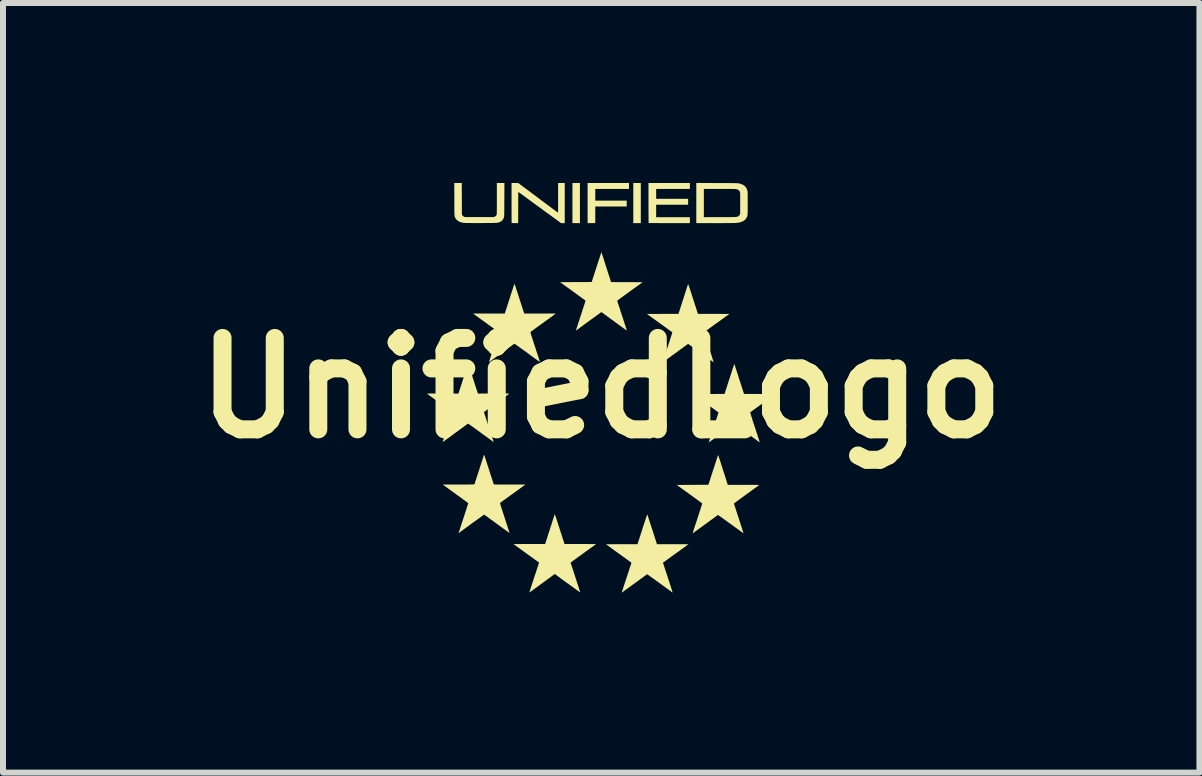
<source format=kicad_pcb>
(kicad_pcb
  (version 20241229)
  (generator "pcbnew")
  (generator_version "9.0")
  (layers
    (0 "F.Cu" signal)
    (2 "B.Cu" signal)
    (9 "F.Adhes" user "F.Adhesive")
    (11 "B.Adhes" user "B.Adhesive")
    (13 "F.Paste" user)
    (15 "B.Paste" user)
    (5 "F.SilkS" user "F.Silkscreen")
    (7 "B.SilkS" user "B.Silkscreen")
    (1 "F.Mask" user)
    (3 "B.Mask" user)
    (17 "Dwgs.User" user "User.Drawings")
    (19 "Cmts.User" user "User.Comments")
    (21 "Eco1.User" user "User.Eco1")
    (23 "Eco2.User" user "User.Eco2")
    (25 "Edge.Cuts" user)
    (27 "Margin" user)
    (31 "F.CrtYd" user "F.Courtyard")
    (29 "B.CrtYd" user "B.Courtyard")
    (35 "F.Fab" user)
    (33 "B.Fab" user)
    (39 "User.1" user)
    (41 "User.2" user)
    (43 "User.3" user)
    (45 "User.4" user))
  (footprint "UnifiedLogo"
    (layer "F.Cu")
    (at 6.974 3.419)
    (property "Reference" "UnifiedLogo" (at 0 0 0) (layer "F.SilkS") (effects (font (size 1.524 1.524) (thickness 0.3))))
    (attr board_only exclude_from_pos_files exclude_from_bom)
    (fp_poly (pts (xy -0.355 -2.749) (xy -0.48 -2.749) (xy -0.48 -3.418) (xy -0.355 -3.418)) (stroke (width 0) (type solid)) (fill yes) (layer "F.SilkS"))
    (fp_poly (pts (xy 0.66 -2.749) (xy 0.535 -2.749) (xy 0.535 -3.418) (xy 0.66 -3.418)) (stroke (width 0) (type solid)) (fill yes) (layer "F.SilkS"))
    (fp_poly (pts (xy 0.463 -3.319) (xy -0.099 -3.319) (xy -0.099 -3.124) (xy 0.425 -3.124) (xy 0.425 -3.026) (xy -0.099 -3.026) (xy -0.099 -2.749) (xy -0.227 -2.749) (xy -0.227 -3.418) (xy 0.463 -3.418)) (stroke (width 0) (type solid)) (fill yes) (layer "F.SilkS"))
    (fp_poly (pts (xy 1.478 -3.319) (xy 0.916 -3.319) (xy 0.916 -3.154) (xy 1.449 -3.154) (xy 1.449 -3.055) (xy 0.916 -3.055) (xy 0.916 -2.848) (xy 1.478 -2.848) (xy 1.478 -2.749) (xy 1.135 -2.749) (xy 1.091 -2.749) (xy 1.048 -2.749) (xy 1.008 -2.749) (xy 0.97 -2.749) (xy 0.934 -2.75) (xy 0.902 -2.75) (xy 0.873 -2.75) (xy 0.847 -2.75) (xy 0.826 -2.75) (xy 0.81 -2.75) (xy 0.798 -2.751) (xy 0.792 -2.751) (xy 0.79 -2.751) (xy 0.79 -2.754) (xy 0.79 -2.763) (xy 0.79 -2.776) (xy 0.789 -2.795) (xy 0.789 -2.817) (xy 0.789 -2.844) (xy 0.789 -2.874) (xy 0.789 -2.908) (xy 0.789 -2.944) (xy 0.788 -2.983) (xy 0.788 -3.025) (xy 0.788 -3.067) (xy 0.788 -3.086) (xy 0.788 -3.418) (xy 1.478 -3.418)) (stroke (width 0) (type solid)) (fill yes) (layer "F.SilkS"))
    (fp_poly (pts (xy -1.127 -3.226) (xy -1.076 -3.188) (xy -1.029 -3.153) (xy -0.987 -3.121) (xy -0.949 -3.093) (xy -0.914 -3.067) (xy -0.883 -3.044) (xy -0.856 -3.024) (xy -0.832 -3.006) (xy -0.811 -2.99) (xy -0.793 -2.977) (xy -0.777 -2.965) (xy -0.764 -2.956) (xy -0.753 -2.947) (xy -0.744 -2.941) (xy -0.737 -2.935) (xy -0.731 -2.931) (xy -0.727 -2.928) (xy -0.724 -2.926) (xy -0.722 -2.925) (xy -0.721 -2.924) (xy -0.72 -2.924) (xy -0.72 -2.924) (xy -0.72 -2.927) (xy -0.72 -2.935) (xy -0.719 -2.948) (xy -0.719 -2.966) (xy -0.719 -2.988) (xy -0.719 -3.013) (xy -0.719 -3.042) (xy -0.719 -3.074) (xy -0.719 -3.108) (xy -0.719 -3.144) (xy -0.719 -3.171) (xy -0.719 -3.418) (xy -0.608 -3.418) (xy -0.608 -2.749) (xy -0.67 -2.749) (xy -0.884 -2.906) (xy -0.92 -2.931) (xy -0.957 -2.959) (xy -0.995 -2.987) (xy -1.034 -3.015) (xy -1.073 -3.043) (xy -1.11 -3.07) (xy -1.146 -3.096) (xy -1.179 -3.121) (xy -1.209 -3.143) (xy -1.235 -3.162) (xy -1.241 -3.166) (xy -1.383 -3.27) (xy -1.385 -2.749) (xy -1.438 -2.749) (xy -1.455 -2.749) (xy -1.47 -2.75) (xy -1.482 -2.75) (xy -1.49 -2.751) (xy -1.493 -2.751) (xy -1.494 -2.754) (xy -1.494 -2.763) (xy -1.494 -2.776) (xy -1.494 -2.795) (xy -1.495 -2.817) (xy -1.495 -2.844) (xy -1.495 -2.874) (xy -1.495 -2.908) (xy -1.495 -2.944) (xy -1.495 -2.983) (xy -1.495 -3.025) (xy -1.495 -3.067) (xy -1.495 -3.086) (xy -1.495 -3.418) (xy -1.385 -3.418)) (stroke (width 0) (type solid)) (fill yes) (layer "F.SilkS"))
    (fp_poly (pts (xy -2.324 -3.156) (xy -2.323 -2.893) (xy -2.316 -2.88) (xy -2.309 -2.871) (xy -2.301 -2.864) (xy -2.291 -2.858) (xy -2.274 -2.85) (xy -1.791 -2.85) (xy -1.774 -2.858) (xy -1.76 -2.866) (xy -1.75 -2.876) (xy -1.744 -2.889) (xy -1.743 -2.895) (xy -1.742 -2.9) (xy -1.742 -2.911) (xy -1.741 -2.928) (xy -1.741 -2.95) (xy -1.741 -2.977) (xy -1.74 -3.009) (xy -1.74 -3.045) (xy -1.74 -3.086) (xy -1.74 -3.132) (xy -1.74 -3.163) (xy -1.74 -3.418) (xy -1.614 -3.418) (xy -1.615 -3.141) (xy -1.616 -3.095) (xy -1.616 -3.053) (xy -1.616 -3.017) (xy -1.616 -2.986) (xy -1.616 -2.959) (xy -1.616 -2.936) (xy -1.617 -2.917) (xy -1.617 -2.9) (xy -1.617 -2.887) (xy -1.618 -2.877) (xy -1.618 -2.868) (xy -1.619 -2.861) (xy -1.619 -2.856) (xy -1.62 -2.852) (xy -1.621 -2.848) (xy -1.622 -2.847) (xy -1.631 -2.822) (xy -1.645 -2.801) (xy -1.662 -2.784) (xy -1.683 -2.771) (xy -1.685 -2.77) (xy -1.692 -2.767) (xy -1.698 -2.764) (xy -1.703 -2.762) (xy -1.709 -2.759) (xy -1.716 -2.758) (xy -1.723 -2.756) (xy -1.732 -2.755) (xy -1.743 -2.754) (xy -1.755 -2.753) (xy -1.771 -2.752) (xy -1.789 -2.752) (xy -1.81 -2.751) (xy -1.835 -2.751) (xy -1.864 -2.751) (xy -1.898 -2.751) (xy -1.937 -2.751) (xy -1.98 -2.75) (xy -2.006 -2.75) (xy -2.045 -2.75) (xy -2.083 -2.75) (xy -2.119 -2.75) (xy -2.153 -2.75) (xy -2.184 -2.751) (xy -2.212 -2.751) (xy -2.236 -2.751) (xy -2.257 -2.751) (xy -2.273 -2.752) (xy -2.284 -2.752) (xy -2.289 -2.752) (xy -2.316 -2.757) (xy -2.339 -2.763) (xy -2.361 -2.771) (xy -2.371 -2.776) (xy -2.394 -2.79) (xy -2.413 -2.806) (xy -2.428 -2.826) (xy -2.432 -2.834) (xy -2.435 -2.839) (xy -2.437 -2.845) (xy -2.44 -2.85) (xy -2.442 -2.855) (xy -2.443 -2.862) (xy -2.445 -2.869) (xy -2.446 -2.879) (xy -2.447 -2.89) (xy -2.448 -2.903) (xy -2.448 -2.919) (xy -2.449 -2.938) (xy -2.449 -2.96) (xy -2.449 -2.986) (xy -2.449 -3.016) (xy -2.449 -3.051) (xy -2.449 -3.091) (xy -2.449 -3.136) (xy -2.449 -3.154) (xy -2.45 -3.418) (xy -2.325 -3.418)) (stroke (width 0) (type solid)) (fill yes) (layer "F.SilkS"))
    (fp_poly (pts (xy -0.773 2.106) (xy -0.77 2.114) (xy -0.766 2.127) (xy -0.76 2.144) (xy -0.753 2.164) (xy -0.745 2.189) (xy -0.736 2.217) (xy -0.726 2.247) (xy -0.716 2.28) (xy -0.704 2.315) (xy -0.692 2.352) (xy -0.692 2.352) (xy -0.612 2.601) (xy -0.349 2.601) (xy -0.085 2.602) (xy -0.298 2.756) (xy -0.335 2.783) (xy -0.367 2.806) (xy -0.395 2.826) (xy -0.419 2.844) (xy -0.439 2.859) (xy -0.457 2.872) (xy -0.471 2.882) (xy -0.482 2.891) (xy -0.491 2.898) (xy -0.498 2.903) (xy -0.503 2.908) (xy -0.506 2.911) (xy -0.508 2.913) (xy -0.509 2.915) (xy -0.509 2.917) (xy -0.509 2.918) (xy -0.488 2.981) (xy -0.468 3.041) (xy -0.45 3.097) (xy -0.433 3.149) (xy -0.418 3.196) (xy -0.404 3.239) (xy -0.392 3.277) (xy -0.381 3.311) (xy -0.371 3.34) (xy -0.364 3.364) (xy -0.358 3.383) (xy -0.353 3.397) (xy -0.351 3.405) (xy -0.35 3.408) (xy -0.35 3.408) (xy -0.352 3.407) (xy -0.359 3.402) (xy -0.37 3.395) (xy -0.385 3.384) (xy -0.403 3.371) (xy -0.424 3.356) (xy -0.447 3.339) (xy -0.473 3.32) (xy -0.501 3.3) (xy -0.531 3.279) (xy -0.562 3.256) (xy -0.563 3.256) (xy -0.774 3.101) (xy -0.979 3.251) (xy -1.016 3.278) (xy -1.049 3.302) (xy -1.077 3.323) (xy -1.102 3.341) (xy -1.123 3.356) (xy -1.141 3.369) (xy -1.155 3.38) (xy -1.167 3.388) (xy -1.177 3.395) (xy -1.184 3.4) (xy -1.19 3.404) (xy -1.194 3.406) (xy -1.196 3.408) (xy -1.198 3.409) (xy -1.198 3.409) (xy -1.199 3.408) (xy -1.199 3.408) (xy -1.198 3.405) (xy -1.195 3.397) (xy -1.191 3.384) (xy -1.185 3.367) (xy -1.179 3.346) (xy -1.171 3.321) (xy -1.162 3.294) (xy -1.152 3.264) (xy -1.141 3.231) (xy -1.13 3.197) (xy -1.125 3.18) (xy -1.113 3.145) (xy -1.102 3.11) (xy -1.091 3.078) (xy -1.081 3.047) (xy -1.072 3.019) (xy -1.064 2.994) (xy -1.057 2.973) (xy -1.051 2.955) (xy -1.047 2.942) (xy -1.044 2.934) (xy -1.044 2.932) (xy -1.037 2.91) (xy -1.25 2.756) (xy -1.463 2.602) (xy -1.199 2.601) (xy -0.935 2.601) (xy -0.855 2.352) (xy -0.844 2.315) (xy -0.832 2.28) (xy -0.822 2.247) (xy -0.812 2.217) (xy -0.803 2.189) (xy -0.795 2.165) (xy -0.788 2.144) (xy -0.782 2.127) (xy -0.778 2.114) (xy -0.775 2.106) (xy -0.774 2.103) (xy -0.774 2.103)) (stroke (width 0) (type solid)) (fill yes) (layer "F.SilkS"))
    (fp_poly (pts (xy 1.927 -3.417) (xy 1.979 -3.417) (xy 2.026 -3.417) (xy 2.067 -3.417) (xy 2.104 -3.417) (xy 2.137 -3.417) (xy 2.165 -3.416) (xy 2.189 -3.416) (xy 2.21 -3.416) (xy 2.228 -3.416) (xy 2.242 -3.415) (xy 2.255 -3.415) (xy 2.265 -3.414) (xy 2.273 -3.414) (xy 2.279 -3.413) (xy 2.285 -3.413) (xy 2.289 -3.412) (xy 2.292 -3.412) (xy 2.323 -3.404) (xy 2.35 -3.394) (xy 2.373 -3.382) (xy 2.392 -3.368) (xy 2.399 -3.361) (xy 2.412 -3.347) (xy 2.422 -3.33) (xy 2.43 -3.31) (xy 2.436 -3.294) (xy 2.437 -3.289) (xy 2.438 -3.285) (xy 2.439 -3.28) (xy 2.44 -3.275) (xy 2.441 -3.268) (xy 2.441 -3.26) (xy 2.441 -3.249) (xy 2.442 -3.236) (xy 2.442 -3.22) (xy 2.442 -3.2) (xy 2.442 -3.177) (xy 2.442 -3.148) (xy 2.442 -3.115) (xy 2.442 -3.082) (xy 2.442 -3.043) (xy 2.442 -3.009) (xy 2.442 -2.98) (xy 2.442 -2.955) (xy 2.442 -2.934) (xy 2.441 -2.917) (xy 2.44 -2.903) (xy 2.44 -2.891) (xy 2.438 -2.881) (xy 2.437 -2.873) (xy 2.435 -2.865) (xy 2.433 -2.859) (xy 2.43 -2.852) (xy 2.427 -2.846) (xy 2.425 -2.841) (xy 2.412 -2.82) (xy 2.394 -2.801) (xy 2.371 -2.785) (xy 2.344 -2.772) (xy 2.312 -2.762) (xy 2.276 -2.755) (xy 2.254 -2.752) (xy 2.245 -2.752) (xy 2.231 -2.751) (xy 2.211 -2.751) (xy 2.185 -2.75) (xy 2.155 -2.75) (xy 2.119 -2.75) (xy 2.078 -2.75) (xy 2.033 -2.749) (xy 1.983 -2.749) (xy 1.929 -2.749) (xy 1.903 -2.749) (xy 1.585 -2.749) (xy 1.585 -3.319) (xy 1.711 -3.319) (xy 1.711 -2.848) (xy 1.979 -2.849) (xy 2.025 -2.849) (xy 2.065 -2.849) (xy 2.1 -2.849) (xy 2.13 -2.849) (xy 2.156 -2.849) (xy 2.178 -2.85) (xy 2.197 -2.85) (xy 2.212 -2.85) (xy 2.225 -2.851) (xy 2.235 -2.851) (xy 2.243 -2.851) (xy 2.249 -2.852) (xy 2.254 -2.853) (xy 2.258 -2.853) (xy 2.261 -2.854) (xy 2.264 -2.855) (xy 2.265 -2.856) (xy 2.282 -2.862) (xy 2.294 -2.87) (xy 2.303 -2.88) (xy 2.31 -2.891) (xy 2.317 -2.908) (xy 2.317 -3.081) (xy 2.317 -3.117) (xy 2.317 -3.148) (xy 2.317 -3.174) (xy 2.317 -3.196) (xy 2.317 -3.214) (xy 2.316 -3.228) (xy 2.316 -3.24) (xy 2.315 -3.249) (xy 2.315 -3.255) (xy 2.314 -3.261) (xy 2.313 -3.265) (xy 2.312 -3.268) (xy 2.312 -3.269) (xy 2.304 -3.285) (xy 2.291 -3.299) (xy 2.275 -3.308) (xy 2.254 -3.315) (xy 2.246 -3.316) (xy 2.239 -3.317) (xy 2.227 -3.317) (xy 2.209 -3.318) (xy 2.185 -3.318) (xy 2.156 -3.319) (xy 2.122 -3.319) (xy 2.083 -3.319) (xy 2.039 -3.319) (xy 1.99 -3.319) (xy 1.969 -3.319) (xy 1.711 -3.319) (xy 1.585 -3.319) (xy 1.585 -3.419)) (stroke (width 0) (type solid)) (fill yes) (layer "F.SilkS"))
    (fp_poly (pts (xy 0.004 -2.261) (xy 0.007 -2.253) (xy 0.011 -2.24) (xy 0.017 -2.223) (xy 0.023 -2.202) (xy 0.032 -2.178) (xy 0.041 -2.15) (xy 0.051 -2.119) (xy 0.061 -2.086) (xy 0.072 -2.051) (xy 0.084 -2.015) (xy 0.084 -2.015) (xy 0.164 -1.766) (xy 0.427 -1.765) (xy 0.691 -1.764) (xy 0.478 -1.611) (xy 0.447 -1.588) (xy 0.417 -1.566) (xy 0.389 -1.546) (xy 0.363 -1.527) (xy 0.339 -1.509) (xy 0.318 -1.494) (xy 0.3 -1.48) (xy 0.286 -1.469) (xy 0.275 -1.461) (xy 0.269 -1.456) (xy 0.266 -1.454) (xy 0.266 -1.453) (xy 0.276 -1.423) (xy 0.287 -1.391) (xy 0.298 -1.357) (xy 0.31 -1.322) (xy 0.321 -1.286) (xy 0.333 -1.251) (xy 0.344 -1.215) (xy 0.356 -1.18) (xy 0.367 -1.146) (xy 0.377 -1.114) (xy 0.387 -1.083) (xy 0.396 -1.055) (xy 0.405 -1.029) (xy 0.412 -1.007) (xy 0.418 -0.989) (xy 0.422 -0.974) (xy 0.425 -0.964) (xy 0.427 -0.959) (xy 0.427 -0.958) (xy 0.424 -0.96) (xy 0.418 -0.965) (xy 0.407 -0.972) (xy 0.392 -0.983) (xy 0.374 -0.995) (xy 0.353 -1.01) (xy 0.33 -1.028) (xy 0.304 -1.046) (xy 0.276 -1.067) (xy 0.246 -1.088) (xy 0.215 -1.111) (xy 0.214 -1.112) (xy 0.003 -1.266) (xy -0.011 -1.256) (xy -0.015 -1.253) (xy -0.024 -1.246) (xy -0.037 -1.237) (xy -0.053 -1.225) (xy -0.073 -1.211) (xy -0.095 -1.195) (xy -0.119 -1.177) (xy -0.146 -1.158) (xy -0.174 -1.137) (xy -0.204 -1.116) (xy -0.214 -1.108) (xy -0.25 -1.082) (xy -0.282 -1.059) (xy -0.309 -1.039) (xy -0.333 -1.021) (xy -0.353 -1.007) (xy -0.37 -0.994) (xy -0.384 -0.984) (xy -0.395 -0.976) (xy -0.404 -0.97) (xy -0.41 -0.965) (xy -0.415 -0.962) (xy -0.419 -0.96) (xy -0.421 -0.958) (xy -0.422 -0.958) (xy -0.422 -0.958) (xy -0.422 -0.959) (xy -0.422 -0.959) (xy -0.422 -0.959) (xy -0.421 -0.963) (xy -0.418 -0.971) (xy -0.414 -0.984) (xy -0.409 -1.001) (xy -0.402 -1.022) (xy -0.394 -1.047) (xy -0.385 -1.075) (xy -0.375 -1.105) (xy -0.364 -1.138) (xy -0.353 -1.173) (xy -0.342 -1.207) (xy -0.33 -1.243) (xy -0.319 -1.278) (xy -0.308 -1.311) (xy -0.298 -1.341) (xy -0.289 -1.369) (xy -0.281 -1.393) (xy -0.274 -1.414) (xy -0.269 -1.432) (xy -0.265 -1.444) (xy -0.263 -1.452) (xy -0.262 -1.455) (xy -0.264 -1.457) (xy -0.271 -1.463) (xy -0.282 -1.471) (xy -0.296 -1.482) (xy -0.314 -1.495) (xy -0.335 -1.511) (xy -0.359 -1.528) (xy -0.385 -1.547) (xy -0.413 -1.568) (xy -0.443 -1.589) (xy -0.474 -1.612) (xy -0.686 -1.764) (xy -0.422 -1.766) (xy -0.159 -1.767) (xy -0.079 -2.015) (xy -0.067 -2.052) (xy -0.056 -2.087) (xy -0.045 -2.12) (xy -0.035 -2.15) (xy -0.026 -2.178) (xy -0.018 -2.202) (xy -0.011 -2.223) (xy -0.005 -2.24) (xy -0.001 -2.253) (xy 0.002 -2.261) (xy 0.003 -2.263)) (stroke (width 0) (type solid)) (fill yes) (layer "F.SilkS"))
    (fp_poly (pts (xy 0.769 2.11) (xy 0.772 2.119) (xy 0.777 2.132) (xy 0.782 2.149) (xy 0.789 2.171) (xy 0.797 2.196) (xy 0.806 2.224) (xy 0.816 2.254) (xy 0.827 2.288) (xy 0.838 2.323) (xy 0.85 2.357) (xy 0.929 2.604) (xy 1.192 2.604) (xy 1.455 2.605) (xy 1.242 2.759) (xy 1.211 2.781) (xy 1.181 2.803) (xy 1.153 2.823) (xy 1.127 2.842) (xy 1.103 2.859) (xy 1.082 2.875) (xy 1.065 2.888) (xy 1.05 2.898) (xy 1.039 2.906) (xy 1.032 2.911) (xy 1.03 2.913) (xy 1.03 2.913) (xy 1.031 2.916) (xy 1.033 2.924) (xy 1.037 2.936) (xy 1.043 2.954) (xy 1.05 2.975) (xy 1.058 2.999) (xy 1.067 3.027) (xy 1.077 3.057) (xy 1.088 3.09) (xy 1.099 3.125) (xy 1.111 3.162) (xy 1.111 3.162) (xy 1.123 3.199) (xy 1.135 3.234) (xy 1.145 3.267) (xy 1.155 3.297) (xy 1.164 3.325) (xy 1.172 3.35) (xy 1.179 3.371) (xy 1.184 3.388) (xy 1.188 3.401) (xy 1.191 3.409) (xy 1.192 3.412) (xy 1.192 3.412) (xy 1.189 3.41) (xy 1.182 3.405) (xy 1.172 3.398) (xy 1.157 3.387) (xy 1.139 3.374) (xy 1.118 3.359) (xy 1.095 3.342) (xy 1.069 3.323) (xy 1.041 3.303) (xy 1.011 3.281) (xy 0.98 3.259) (xy 0.979 3.258) (xy 0.943 3.232) (xy 0.909 3.207) (xy 0.879 3.185) (xy 0.851 3.166) (xy 0.827 3.149) (xy 0.807 3.134) (xy 0.79 3.122) (xy 0.777 3.114) (xy 0.769 3.108) (xy 0.765 3.106) (xy 0.764 3.106) (xy 0.761 3.108) (xy 0.754 3.113) (xy 0.743 3.121) (xy 0.728 3.132) (xy 0.71 3.145) (xy 0.689 3.161) (xy 0.665 3.178) (xy 0.639 3.197) (xy 0.611 3.218) (xy 0.581 3.239) (xy 0.552 3.26) (xy 0.521 3.283) (xy 0.492 3.304) (xy 0.464 3.325) (xy 0.438 3.343) (xy 0.414 3.36) (xy 0.394 3.375) (xy 0.376 3.388) (xy 0.361 3.399) (xy 0.351 3.406) (xy 0.344 3.411) (xy 0.342 3.412) (xy 0.341 3.411) (xy 0.341 3.41) (xy 0.342 3.407) (xy 0.345 3.399) (xy 0.349 3.386) (xy 0.355 3.369) (xy 0.362 3.348) (xy 0.37 3.323) (xy 0.379 3.295) (xy 0.389 3.264) (xy 0.4 3.231) (xy 0.412 3.196) (xy 0.423 3.161) (xy 0.504 2.914) (xy 0.497 2.908) (xy 0.494 2.905) (xy 0.486 2.9) (xy 0.474 2.891) (xy 0.459 2.88) (xy 0.44 2.866) (xy 0.418 2.85) (xy 0.394 2.833) (xy 0.368 2.814) (xy 0.339 2.793) (xy 0.309 2.771) (xy 0.284 2.754) (xy 0.079 2.605) (xy 0.605 2.604) (xy 0.625 2.54) (xy 0.63 2.526) (xy 0.636 2.508) (xy 0.643 2.484) (xy 0.652 2.458) (xy 0.661 2.429) (xy 0.672 2.397) (xy 0.682 2.364) (xy 0.693 2.33) (xy 0.704 2.296) (xy 0.706 2.29) (xy 0.716 2.259) (xy 0.726 2.229) (xy 0.735 2.201) (xy 0.743 2.177) (xy 0.751 2.155) (xy 0.757 2.137) (xy 0.762 2.122) (xy 0.766 2.112) (xy 0.768 2.107) (xy 0.768 2.107)) (stroke (width 0) (type solid)) (fill yes) (layer "F.SilkS"))
    (fp_poly (pts (xy 2.22 -0.398) (xy 2.221 -0.395) (xy 2.224 -0.386) (xy 2.228 -0.373) (xy 2.234 -0.356) (xy 2.241 -0.334) (xy 2.249 -0.309) (xy 2.258 -0.281) (xy 2.268 -0.25) (xy 2.279 -0.217) (xy 2.29 -0.182) (xy 2.301 -0.148) (xy 2.381 0.099) (xy 2.906 0.1) (xy 2.696 0.252) (xy 2.665 0.274) (xy 2.635 0.296) (xy 2.607 0.316) (xy 2.581 0.335) (xy 2.558 0.352) (xy 2.537 0.367) (xy 2.519 0.38) (xy 2.504 0.391) (xy 2.493 0.399) (xy 2.487 0.404) (xy 2.484 0.406) (xy 2.485 0.41) (xy 2.487 0.418) (xy 2.491 0.432) (xy 2.497 0.452) (xy 2.504 0.476) (xy 2.514 0.505) (xy 2.524 0.54) (xy 2.537 0.579) (xy 2.551 0.622) (xy 2.563 0.658) (xy 2.575 0.694) (xy 2.586 0.729) (xy 2.597 0.762) (xy 2.607 0.793) (xy 2.616 0.82) (xy 2.624 0.845) (xy 2.631 0.866) (xy 2.636 0.883) (xy 2.64 0.896) (xy 2.643 0.904) (xy 2.643 0.907) (xy 2.643 0.907) (xy 2.641 0.905) (xy 2.634 0.901) (xy 2.623 0.893) (xy 2.609 0.882) (xy 2.591 0.87) (xy 2.57 0.854) (xy 2.547 0.837) (xy 2.521 0.819) (xy 2.493 0.798) (xy 2.463 0.777) (xy 2.435 0.756) (xy 2.404 0.733) (xy 2.374 0.712) (xy 2.346 0.691) (xy 2.32 0.672) (xy 2.296 0.655) (xy 2.275 0.64) (xy 2.257 0.627) (xy 2.243 0.616) (xy 2.232 0.608) (xy 2.225 0.603) (xy 2.222 0.601) (xy 2.221 0.602) (xy 2.217 0.603) (xy 2.211 0.606) (xy 2.203 0.611) (xy 2.193 0.619) (xy 2.18 0.628) (xy 2.163 0.639) (xy 2.143 0.653) (xy 2.12 0.67) (xy 2.093 0.69) (xy 2.061 0.713) (xy 2.026 0.739) (xy 2.009 0.751) (xy 1.978 0.774) (xy 1.948 0.795) (xy 1.92 0.816) (xy 1.894 0.835) (xy 1.87 0.852) (xy 1.849 0.867) (xy 1.831 0.88) (xy 1.816 0.891) (xy 1.805 0.899) (xy 1.798 0.904) (xy 1.796 0.906) (xy 1.793 0.906) (xy 1.793 0.904) (xy 1.797 0.893) (xy 1.802 0.877) (xy 1.809 0.858) (xy 1.816 0.835) (xy 1.825 0.809) (xy 1.834 0.781) (xy 1.843 0.752) (xy 1.854 0.721) (xy 1.864 0.689) (xy 1.875 0.656) (xy 1.885 0.624) (xy 1.895 0.592) (xy 1.905 0.562) (xy 1.915 0.532) (xy 1.924 0.505) (xy 1.932 0.48) (xy 1.939 0.458) (xy 1.945 0.44) (xy 1.95 0.425) (xy 1.953 0.415) (xy 1.955 0.409) (xy 1.955 0.408) (xy 1.952 0.406) (xy 1.946 0.401) (xy 1.935 0.393) (xy 1.921 0.382) (xy 1.903 0.369) (xy 1.882 0.354) (xy 1.858 0.336) (xy 1.832 0.318) (xy 1.804 0.297) (xy 1.774 0.276) (xy 1.743 0.253) (xy 1.531 0.1) (xy 1.794 0.1) (xy 2.056 0.099) (xy 2.061 0.085) (xy 2.067 0.066) (xy 2.074 0.043) (xy 2.083 0.017) (xy 2.092 -0.011) (xy 2.101 -0.041) (xy 2.111 -0.072) (xy 2.122 -0.105) (xy 2.132 -0.138) (xy 2.143 -0.17) (xy 2.153 -0.203) (xy 2.164 -0.234) (xy 2.173 -0.264) (xy 2.182 -0.292) (xy 2.19 -0.317) (xy 2.198 -0.34) (xy 2.204 -0.359) (xy 2.209 -0.374) (xy 2.212 -0.385) (xy 2.214 -0.391) (xy 2.214 -0.392) (xy 2.217 -0.399) (xy 2.219 -0.399)) (stroke (width 0) (type solid)) (fill yes) (layer "F.SilkS"))
    (fp_poly (pts (xy 1.449 -1.731) (xy 1.45 -1.729) (xy 1.451 -1.727) (xy 1.453 -1.723) (xy 1.455 -1.718) (xy 1.458 -1.71) (xy 1.461 -1.7) (xy 1.466 -1.688) (xy 1.471 -1.673) (xy 1.477 -1.655) (xy 1.484 -1.634) (xy 1.492 -1.609) (xy 1.501 -1.581) (xy 1.511 -1.549) (xy 1.523 -1.513) (xy 1.536 -1.472) (xy 1.551 -1.427) (xy 1.567 -1.376) (xy 1.585 -1.321) (xy 1.595 -1.29) (xy 1.612 -1.236) (xy 1.874 -1.236) (xy 2.137 -1.235) (xy 1.925 -1.082) (xy 1.894 -1.06) (xy 1.864 -1.038) (xy 1.836 -1.018) (xy 1.81 -0.999) (xy 1.787 -0.981) (xy 1.766 -0.966) (xy 1.748 -0.953) (xy 1.733 -0.942) (xy 1.723 -0.934) (xy 1.716 -0.929) (xy 1.714 -0.927) (xy 1.715 -0.923) (xy 1.717 -0.915) (xy 1.721 -0.902) (xy 1.727 -0.885) (xy 1.734 -0.864) (xy 1.742 -0.839) (xy 1.751 -0.811) (xy 1.761 -0.78) (xy 1.772 -0.747) (xy 1.783 -0.712) (xy 1.795 -0.676) (xy 1.807 -0.64) (xy 1.818 -0.605) (xy 1.829 -0.572) (xy 1.839 -0.542) (xy 1.848 -0.514) (xy 1.856 -0.489) (xy 1.862 -0.469) (xy 1.868 -0.452) (xy 1.872 -0.439) (xy 1.874 -0.431) (xy 1.875 -0.428) (xy 1.872 -0.43) (xy 1.866 -0.434) (xy 1.856 -0.442) (xy 1.842 -0.451) (xy 1.826 -0.463) (xy 1.807 -0.476) (xy 1.787 -0.491) (xy 1.777 -0.498) (xy 1.753 -0.516) (xy 1.725 -0.536) (xy 1.695 -0.558) (xy 1.664 -0.581) (xy 1.633 -0.604) (xy 1.602 -0.626) (xy 1.574 -0.647) (xy 1.565 -0.653) (xy 1.538 -0.673) (xy 1.515 -0.689) (xy 1.496 -0.703) (xy 1.481 -0.714) (xy 1.469 -0.722) (xy 1.46 -0.728) (xy 1.453 -0.731) (xy 1.449 -0.734) (xy 1.446 -0.734) (xy 1.446 -0.734) (xy 1.443 -0.732) (xy 1.435 -0.726) (xy 1.424 -0.718) (xy 1.409 -0.707) (xy 1.391 -0.694) (xy 1.369 -0.678) (xy 1.346 -0.661) (xy 1.319 -0.642) (xy 1.291 -0.621) (xy 1.262 -0.6) (xy 1.236 -0.581) (xy 1.206 -0.559) (xy 1.176 -0.537) (xy 1.148 -0.517) (xy 1.123 -0.499) (xy 1.099 -0.481) (xy 1.079 -0.466) (xy 1.061 -0.454) (xy 1.047 -0.443) (xy 1.036 -0.435) (xy 1.029 -0.431) (xy 1.027 -0.429) (xy 1.025 -0.429) (xy 1.025 -0.432) (xy 1.026 -0.436) (xy 1.029 -0.445) (xy 1.033 -0.458) (xy 1.039 -0.476) (xy 1.046 -0.497) (xy 1.055 -0.522) (xy 1.064 -0.55) (xy 1.074 -0.581) (xy 1.085 -0.614) (xy 1.096 -0.65) (xy 1.107 -0.682) (xy 1.119 -0.718) (xy 1.13 -0.753) (xy 1.141 -0.786) (xy 1.15 -0.816) (xy 1.159 -0.843) (xy 1.167 -0.868) (xy 1.174 -0.889) (xy 1.179 -0.905) (xy 1.183 -0.918) (xy 1.185 -0.926) (xy 1.185 -0.928) (xy 1.183 -0.93) (xy 1.176 -0.935) (xy 1.165 -0.943) (xy 1.151 -0.954) (xy 1.133 -0.967) (xy 1.112 -0.982) (xy 1.088 -0.999) (xy 1.062 -1.018) (xy 1.034 -1.039) (xy 1.004 -1.06) (xy 0.973 -1.082) (xy 0.762 -1.235) (xy 1.288 -1.236) (xy 1.366 -1.479) (xy 1.377 -1.515) (xy 1.389 -1.55) (xy 1.399 -1.583) (xy 1.409 -1.613) (xy 1.418 -1.641) (xy 1.426 -1.666) (xy 1.433 -1.688) (xy 1.439 -1.705) (xy 1.443 -1.718) (xy 1.446 -1.726) (xy 1.447 -1.729) (xy 1.447 -1.73) (xy 1.448 -1.731)) (stroke (width 0) (type solid)) (fill yes) (layer "F.SilkS"))
    (fp_poly (pts (xy 1.95 1.12) (xy 1.953 1.128) (xy 1.957 1.14) (xy 1.963 1.157) (xy 1.97 1.178) (xy 1.978 1.203) (xy 1.987 1.231) (xy 1.997 1.261) (xy 2.007 1.294) (xy 2.019 1.329) (xy 2.03 1.366) (xy 2.031 1.366) (xy 2.11 1.615) (xy 2.374 1.615) (xy 2.419 1.615) (xy 2.46 1.615) (xy 2.495 1.615) (xy 2.525 1.615) (xy 2.55 1.615) (xy 2.572 1.615) (xy 2.59 1.615) (xy 2.604 1.616) (xy 2.615 1.616) (xy 2.623 1.616) (xy 2.628 1.617) (xy 2.631 1.617) (xy 2.633 1.618) (xy 2.633 1.619) (xy 2.63 1.621) (xy 2.622 1.626) (xy 2.611 1.635) (xy 2.596 1.646) (xy 2.578 1.659) (xy 2.556 1.675) (xy 2.532 1.692) (xy 2.506 1.711) (xy 2.478 1.732) (xy 2.448 1.753) (xy 2.42 1.773) (xy 2.39 1.795) (xy 2.36 1.817) (xy 2.332 1.837) (xy 2.307 1.856) (xy 2.283 1.873) (xy 2.263 1.888) (xy 2.245 1.901) (xy 2.231 1.912) (xy 2.221 1.92) (xy 2.215 1.925) (xy 2.213 1.927) (xy 2.214 1.93) (xy 2.216 1.938) (xy 2.221 1.951) (xy 2.226 1.969) (xy 2.233 1.99) (xy 2.241 2.015) (xy 2.25 2.043) (xy 2.26 2.074) (xy 2.271 2.107) (xy 2.282 2.142) (xy 2.294 2.176) (xy 2.305 2.212) (xy 2.317 2.247) (xy 2.327 2.28) (xy 2.337 2.31) (xy 2.346 2.338) (xy 2.354 2.362) (xy 2.361 2.383) (xy 2.366 2.4) (xy 2.37 2.412) (xy 2.372 2.42) (xy 2.373 2.422) (xy 2.37 2.421) (xy 2.364 2.416) (xy 2.353 2.409) (xy 2.338 2.398) (xy 2.32 2.385) (xy 2.299 2.37) (xy 2.276 2.353) (xy 2.25 2.334) (xy 2.222 2.314) (xy 2.192 2.292) (xy 2.161 2.27) (xy 2.16 2.269) (xy 2.118 2.239) (xy 2.081 2.212) (xy 2.048 2.188) (xy 2.02 2.168) (xy 1.997 2.151) (xy 1.978 2.138) (xy 1.963 2.128) (xy 1.953 2.121) (xy 1.947 2.118) (xy 1.945 2.117) (xy 1.942 2.12) (xy 1.935 2.125) (xy 1.924 2.133) (xy 1.909 2.144) (xy 1.891 2.157) (xy 1.871 2.172) (xy 1.849 2.188) (xy 1.824 2.206) (xy 1.799 2.224) (xy 1.772 2.244) (xy 1.745 2.263) (xy 1.718 2.283) (xy 1.691 2.303) (xy 1.665 2.322) (xy 1.64 2.34) (xy 1.616 2.358) (xy 1.594 2.373) (xy 1.575 2.387) (xy 1.559 2.399) (xy 1.545 2.409) (xy 1.535 2.416) (xy 1.529 2.42) (xy 1.528 2.421) (xy 1.525 2.422) (xy 1.524 2.421) (xy 1.525 2.418) (xy 1.528 2.41) (xy 1.532 2.397) (xy 1.538 2.38) (xy 1.544 2.358) (xy 1.552 2.334) (xy 1.561 2.306) (xy 1.571 2.275) (xy 1.582 2.242) (xy 1.594 2.207) (xy 1.605 2.173) (xy 1.616 2.137) (xy 1.628 2.102) (xy 1.638 2.069) (xy 1.648 2.039) (xy 1.657 2.011) (xy 1.665 1.986) (xy 1.672 1.965) (xy 1.677 1.948) (xy 1.681 1.936) (xy 1.683 1.928) (xy 1.683 1.925) (xy 1.681 1.922) (xy 1.674 1.917) (xy 1.663 1.909) (xy 1.648 1.898) (xy 1.63 1.885) (xy 1.609 1.869) (xy 1.586 1.852) (xy 1.56 1.833) (xy 1.531 1.812) (xy 1.502 1.791) (xy 1.471 1.769) (xy 1.26 1.616) (xy 1.524 1.615) (xy 1.787 1.613) (xy 1.867 1.365) (xy 1.879 1.329) (xy 1.89 1.294) (xy 1.901 1.261) (xy 1.911 1.23) (xy 1.92 1.203) (xy 1.928 1.178) (xy 1.935 1.157) (xy 1.941 1.14) (xy 1.945 1.128) (xy 1.948 1.12) (xy 1.949 1.117)) (stroke (width 0) (type solid)) (fill yes) (layer "F.SilkS"))
    (fp_poly (pts (xy -1.445 -1.737) (xy -1.444 -1.734) (xy -1.441 -1.726) (xy -1.437 -1.713) (xy -1.431 -1.696) (xy -1.424 -1.675) (xy -1.416 -1.65) (xy -1.407 -1.622) (xy -1.397 -1.591) (xy -1.386 -1.558) (xy -1.375 -1.523) (xy -1.364 -1.488) (xy -1.284 -1.241) (xy -1.02 -1.242) (xy -0.968 -1.242) (xy -0.922 -1.242) (xy -0.882 -1.242) (xy -0.847 -1.242) (xy -0.818 -1.242) (xy -0.795 -1.242) (xy -0.777 -1.241) (xy -0.765 -1.241) (xy -0.759 -1.24) (xy -0.758 -1.24) (xy -0.761 -1.238) (xy -0.768 -1.233) (xy -0.779 -1.225) (xy -0.794 -1.214) (xy -0.812 -1.201) (xy -0.833 -1.185) (xy -0.857 -1.168) (xy -0.883 -1.149) (xy -0.911 -1.129) (xy -0.941 -1.107) (xy -0.967 -1.088) (xy -0.998 -1.066) (xy -1.028 -1.044) (xy -1.056 -1.024) (xy -1.082 -1.005) (xy -1.105 -0.988) (xy -1.126 -0.973) (xy -1.144 -0.96) (xy -1.159 -0.949) (xy -1.17 -0.941) (xy -1.176 -0.936) (xy -1.179 -0.934) (xy -1.179 -0.933) (xy -1.18 -0.931) (xy -1.179 -0.928) (xy -1.179 -0.924) (xy -1.177 -0.918) (xy -1.175 -0.909) (xy -1.172 -0.898) (xy -1.168 -0.885) (xy -1.163 -0.868) (xy -1.156 -0.848) (xy -1.148 -0.824) (xy -1.139 -0.796) (xy -1.129 -0.763) (xy -1.116 -0.725) (xy -1.102 -0.683) (xy -1.102 -0.682) (xy -1.09 -0.646) (xy -1.079 -0.611) (xy -1.068 -0.578) (xy -1.058 -0.548) (xy -1.049 -0.52) (xy -1.041 -0.495) (xy -1.035 -0.475) (xy -1.029 -0.457) (xy -1.025 -0.445) (xy -1.023 -0.437) (xy -1.022 -0.434) (xy -1.025 -0.436) (xy -1.032 -0.44) (xy -1.043 -0.448) (xy -1.057 -0.458) (xy -1.075 -0.471) (xy -1.096 -0.486) (xy -1.12 -0.503) (xy -1.146 -0.522) (xy -1.174 -0.542) (xy -1.203 -0.564) (xy -1.233 -0.586) (xy -1.264 -0.609) (xy -1.294 -0.63) (xy -1.322 -0.65) (xy -1.348 -0.669) (xy -1.372 -0.686) (xy -1.393 -0.702) (xy -1.411 -0.714) (xy -1.426 -0.725) (xy -1.437 -0.733) (xy -1.444 -0.737) (xy -1.446 -0.739) (xy -1.449 -0.737) (xy -1.456 -0.732) (xy -1.467 -0.725) (xy -1.482 -0.714) (xy -1.5 -0.701) (xy -1.521 -0.686) (xy -1.545 -0.669) (xy -1.571 -0.65) (xy -1.599 -0.629) (xy -1.629 -0.608) (xy -1.658 -0.586) (xy -1.689 -0.564) (xy -1.719 -0.542) (xy -1.747 -0.522) (xy -1.773 -0.503) (xy -1.796 -0.486) (xy -1.817 -0.471) (xy -1.835 -0.458) (xy -1.849 -0.447) (xy -1.86 -0.44) (xy -1.867 -0.435) (xy -1.869 -0.433) (xy -1.871 -0.435) (xy -1.87 -0.438) (xy -1.867 -0.446) (xy -1.863 -0.459) (xy -1.857 -0.476) (xy -1.851 -0.497) (xy -1.843 -0.522) (xy -1.834 -0.55) (xy -1.824 -0.58) (xy -1.813 -0.613) (xy -1.801 -0.648) (xy -1.791 -0.681) (xy -1.779 -0.718) (xy -1.767 -0.752) (xy -1.757 -0.785) (xy -1.747 -0.816) (xy -1.738 -0.843) (xy -1.73 -0.868) (xy -1.723 -0.889) (xy -1.718 -0.906) (xy -1.714 -0.919) (xy -1.711 -0.927) (xy -1.711 -0.93) (xy -1.713 -0.932) (xy -1.72 -0.937) (xy -1.73 -0.945) (xy -1.745 -0.956) (xy -1.763 -0.97) (xy -1.783 -0.985) (xy -1.807 -1.002) (xy -1.833 -1.021) (xy -1.861 -1.042) (xy -1.891 -1.063) (xy -1.918 -1.083) (xy -1.949 -1.106) (xy -1.979 -1.127) (xy -2.007 -1.147) (xy -2.033 -1.166) (xy -2.057 -1.184) (xy -2.078 -1.199) (xy -2.096 -1.212) (xy -2.111 -1.223) (xy -2.122 -1.231) (xy -2.129 -1.236) (xy -2.131 -1.238) (xy -2.132 -1.239) (xy -2.131 -1.239) (xy -2.13 -1.24) (xy -2.127 -1.241) (xy -2.121 -1.241) (xy -2.114 -1.241) (xy -2.103 -1.242) (xy -2.09 -1.242) (xy -2.074 -1.242) (xy -2.053 -1.242) (xy -2.029 -1.242) (xy -2 -1.242) (xy -1.967 -1.242) (xy -1.928 -1.242) (xy -1.885 -1.242) (xy -1.873 -1.242) (xy -1.608 -1.241) (xy -1.528 -1.49) (xy -1.516 -1.527) (xy -1.505 -1.562) (xy -1.494 -1.595) (xy -1.484 -1.625) (xy -1.475 -1.653) (xy -1.467 -1.677) (xy -1.46 -1.698) (xy -1.454 -1.715) (xy -1.449 -1.727) (xy -1.447 -1.735) (xy -1.445 -1.737)) (stroke (width 0) (type solid)) (fill yes) (layer "F.SilkS"))
    (fp_poly (pts (xy -2.215 -0.399) (xy -2.213 -0.394) (xy -2.209 -0.382) (xy -2.204 -0.366) (xy -2.197 -0.346) (xy -2.19 -0.323) (xy -2.182 -0.297) (xy -2.173 -0.269) (xy -2.163 -0.239) (xy -2.153 -0.208) (xy -2.143 -0.176) (xy -2.133 -0.144) (xy -2.122 -0.112) (xy -2.112 -0.081) (xy -2.103 -0.051) (xy -2.094 -0.023) (xy -2.085 0.003) (xy -2.078 0.026) (xy -2.071 0.046) (xy -2.066 0.062) (xy -2.062 0.074) (xy -2.06 0.082) (xy -2.059 0.084) (xy -2.056 0.093) (xy -1.793 0.092) (xy -1.755 0.092) (xy -1.718 0.092) (xy -1.683 0.092) (xy -1.651 0.092) (xy -1.622 0.092) (xy -1.596 0.092) (xy -1.573 0.092) (xy -1.555 0.093) (xy -1.542 0.093) (xy -1.533 0.093) (xy -1.53 0.093) (xy -1.53 0.093) (xy -1.533 0.095) (xy -1.539 0.1) (xy -1.55 0.108) (xy -1.565 0.119) (xy -1.583 0.132) (xy -1.604 0.147) (xy -1.627 0.164) (xy -1.653 0.183) (xy -1.681 0.203) (xy -1.711 0.225) (xy -1.742 0.247) (xy -1.743 0.247) (xy -1.774 0.27) (xy -1.804 0.291) (xy -1.832 0.312) (xy -1.858 0.331) (xy -1.882 0.348) (xy -1.903 0.363) (xy -1.92 0.376) (xy -1.935 0.387) (xy -1.946 0.395) (xy -1.953 0.4) (xy -1.955 0.402) (xy -1.955 0.402) (xy -1.954 0.405) (xy -1.951 0.413) (xy -1.947 0.426) (xy -1.942 0.443) (xy -1.935 0.465) (xy -1.927 0.489) (xy -1.918 0.517) (xy -1.908 0.548) (xy -1.897 0.581) (xy -1.886 0.616) (xy -1.874 0.652) (xy -1.862 0.689) (xy -1.85 0.724) (xy -1.84 0.757) (xy -1.83 0.787) (xy -1.821 0.815) (xy -1.813 0.839) (xy -1.806 0.86) (xy -1.8 0.878) (xy -1.796 0.89) (xy -1.794 0.898) (xy -1.793 0.901) (xy -1.796 0.899) (xy -1.802 0.895) (xy -1.813 0.887) (xy -1.828 0.877) (xy -1.845 0.864) (xy -1.866 0.848) (xy -1.89 0.831) (xy -1.916 0.813) (xy -1.944 0.792) (xy -1.974 0.771) (xy -2.005 0.748) (xy -2.006 0.747) (xy -2.042 0.721) (xy -2.074 0.697) (xy -2.102 0.677) (xy -2.126 0.659) (xy -2.147 0.644) (xy -2.164 0.632) (xy -2.179 0.622) (xy -2.191 0.614) (xy -2.2 0.607) (xy -2.207 0.603) (xy -2.213 0.599) (xy -2.217 0.597) (xy -2.22 0.596) (xy -2.222 0.596) (xy -2.223 0.596) (xy -2.224 0.596) (xy -2.227 0.599) (xy -2.235 0.604) (xy -2.246 0.612) (xy -2.261 0.623) (xy -2.28 0.637) (xy -2.301 0.653) (xy -2.325 0.67) (xy -2.352 0.689) (xy -2.38 0.71) (xy -2.409 0.731) (xy -2.434 0.749) (xy -2.47 0.776) (xy -2.502 0.799) (xy -2.53 0.82) (xy -2.554 0.837) (xy -2.575 0.852) (xy -2.592 0.864) (xy -2.606 0.875) (xy -2.618 0.883) (xy -2.627 0.889) (xy -2.633 0.894) (xy -2.638 0.898) (xy -2.642 0.9) (xy -2.644 0.901) (xy -2.645 0.901) (xy -2.645 0.901) (xy -2.645 0.9) (xy -2.644 0.899) (xy -2.644 0.899) (xy -2.643 0.895) (xy -2.64 0.887) (xy -2.636 0.874) (xy -2.63 0.856) (xy -2.623 0.835) (xy -2.615 0.81) (xy -2.605 0.782) (xy -2.595 0.751) (xy -2.584 0.718) (xy -2.573 0.683) (xy -2.562 0.648) (xy -2.548 0.606) (xy -2.535 0.567) (xy -2.524 0.531) (xy -2.514 0.499) (xy -2.505 0.471) (xy -2.497 0.448) (xy -2.491 0.428) (xy -2.487 0.414) (xy -2.485 0.404) (xy -2.484 0.399) (xy -2.484 0.399) (xy -2.488 0.396) (xy -2.495 0.391) (xy -2.507 0.382) (xy -2.522 0.371) (xy -2.54 0.358) (xy -2.561 0.344) (xy -2.584 0.327) (xy -2.608 0.309) (xy -2.634 0.291) (xy -2.661 0.272) (xy -2.688 0.252) (xy -2.715 0.232) (xy -2.742 0.212) (xy -2.769 0.193) (xy -2.794 0.175) (xy -2.817 0.158) (xy -2.839 0.142) (xy -2.859 0.128) (xy -2.875 0.116) (xy -2.889 0.106) (xy -2.899 0.099) (xy -2.904 0.094) (xy -2.906 0.093) (xy -2.903 0.093) (xy -2.895 0.093) (xy -2.882 0.093) (xy -2.864 0.092) (xy -2.842 0.092) (xy -2.816 0.092) (xy -2.787 0.092) (xy -2.755 0.092) (xy -2.72 0.092) (xy -2.684 0.092) (xy -2.645 0.092) (xy -2.644 0.092) (xy -2.381 0.093) (xy -2.301 -0.153) (xy -2.29 -0.19) (xy -2.278 -0.225) (xy -2.268 -0.258) (xy -2.258 -0.289) (xy -2.249 -0.317) (xy -2.24 -0.341) (xy -2.233 -0.363) (xy -2.228 -0.38) (xy -2.224 -0.393) (xy -2.221 -0.401) (xy -2.22 -0.404) (xy -2.218 -0.404)) (stroke (width 0) (type solid)) (fill yes) (layer "F.SilkS"))
    (fp_poly (pts (xy -1.952 1.111) (xy -1.952 1.113) (xy -1.951 1.116) (xy -1.949 1.12) (xy -1.947 1.126) (xy -1.944 1.135) (xy -1.94 1.146) (xy -1.936 1.16) (xy -1.93 1.178) (xy -1.923 1.199) (xy -1.915 1.224) (xy -1.906 1.253) (xy -1.895 1.287) (xy -1.882 1.326) (xy -1.87 1.363) (xy -1.859 1.399) (xy -1.848 1.434) (xy -1.837 1.467) (xy -1.827 1.497) (xy -1.818 1.524) (xy -1.81 1.549) (xy -1.804 1.569) (xy -1.798 1.586) (xy -1.794 1.598) (xy -1.792 1.606) (xy -1.791 1.608) (xy -1.788 1.608) (xy -1.779 1.608) (xy -1.766 1.608) (xy -1.748 1.609) (xy -1.726 1.609) (xy -1.7 1.609) (xy -1.671 1.609) (xy -1.639 1.609) (xy -1.604 1.609) (xy -1.567 1.609) (xy -1.529 1.609) (xy -1.527 1.609) (xy -1.264 1.609) (xy -1.271 1.615) (xy -1.275 1.618) (xy -1.282 1.623) (xy -1.294 1.632) (xy -1.31 1.643) (xy -1.328 1.657) (xy -1.35 1.672) (xy -1.374 1.69) (xy -1.401 1.709) (xy -1.429 1.73) (xy -1.459 1.751) (xy -1.482 1.768) (xy -1.513 1.79) (xy -1.542 1.811) (xy -1.57 1.831) (xy -1.595 1.85) (xy -1.618 1.866) (xy -1.639 1.881) (xy -1.656 1.894) (xy -1.67 1.904) (xy -1.68 1.911) (xy -1.686 1.916) (xy -1.688 1.917) (xy -1.688 1.92) (xy -1.685 1.928) (xy -1.681 1.941) (xy -1.676 1.958) (xy -1.67 1.979) (xy -1.662 2.004) (xy -1.653 2.032) (xy -1.643 2.063) (xy -1.632 2.096) (xy -1.621 2.131) (xy -1.609 2.167) (xy -1.609 2.167) (xy -1.597 2.204) (xy -1.586 2.239) (xy -1.575 2.272) (xy -1.565 2.303) (xy -1.556 2.33) (xy -1.548 2.355) (xy -1.541 2.376) (xy -1.536 2.393) (xy -1.532 2.406) (xy -1.529 2.414) (xy -1.529 2.417) (xy -1.529 2.417) (xy -1.531 2.416) (xy -1.538 2.411) (xy -1.549 2.403) (xy -1.563 2.393) (xy -1.581 2.38) (xy -1.602 2.365) (xy -1.626 2.348) (xy -1.652 2.329) (xy -1.68 2.309) (xy -1.709 2.287) (xy -1.74 2.265) (xy -1.771 2.242) (xy -1.8 2.221) (xy -1.828 2.2) (xy -1.854 2.182) (xy -1.878 2.164) (xy -1.899 2.149) (xy -1.917 2.136) (xy -1.931 2.126) (xy -1.942 2.118) (xy -1.949 2.113) (xy -1.952 2.111) (xy -1.954 2.113) (xy -1.961 2.118) (xy -1.972 2.125) (xy -1.987 2.136) (xy -2.005 2.149) (xy -2.026 2.164) (xy -2.05 2.181) (xy -2.076 2.2) (xy -2.104 2.22) (xy -2.134 2.241) (xy -2.162 2.262) (xy -2.193 2.284) (xy -2.222 2.306) (xy -2.25 2.326) (xy -2.276 2.345) (xy -2.3 2.363) (xy -2.321 2.378) (xy -2.339 2.391) (xy -2.354 2.402) (xy -2.365 2.41) (xy -2.372 2.415) (xy -2.374 2.417) (xy -2.378 2.419) (xy -2.379 2.418) (xy -2.378 2.417) (xy -2.375 2.407) (xy -2.37 2.393) (xy -2.364 2.374) (xy -2.357 2.353) (xy -2.349 2.328) (xy -2.34 2.301) (xy -2.331 2.272) (xy -2.321 2.242) (xy -2.31 2.21) (xy -2.3 2.178) (xy -2.289 2.145) (xy -2.279 2.114) (xy -2.269 2.082) (xy -2.259 2.053) (xy -2.25 2.025) (xy -2.242 1.999) (xy -2.235 1.976) (xy -2.228 1.957) (xy -2.223 1.941) (xy -2.22 1.929) (xy -2.217 1.922) (xy -2.217 1.921) (xy -2.219 1.918) (xy -2.226 1.913) (xy -2.237 1.905) (xy -2.251 1.894) (xy -2.269 1.881) (xy -2.29 1.866) (xy -2.313 1.848) (xy -2.339 1.829) (xy -2.367 1.809) (xy -2.397 1.788) (xy -2.424 1.768) (xy -2.455 1.745) (xy -2.485 1.724) (xy -2.513 1.704) (xy -2.539 1.685) (xy -2.563 1.667) (xy -2.584 1.652) (xy -2.602 1.639) (xy -2.617 1.628) (xy -2.628 1.62) (xy -2.635 1.615) (xy -2.637 1.613) (xy -2.638 1.613) (xy -2.637 1.612) (xy -2.635 1.611) (xy -2.631 1.611) (xy -2.625 1.61) (xy -2.617 1.61) (xy -2.605 1.61) (xy -2.591 1.61) (xy -2.573 1.609) (xy -2.551 1.609) (xy -2.525 1.609) (xy -2.494 1.609) (xy -2.459 1.609) (xy -2.418 1.609) (xy -2.38 1.609) (xy -2.333 1.609) (xy -2.292 1.609) (xy -2.256 1.609) (xy -2.225 1.609) (xy -2.199 1.609) (xy -2.176 1.608) (xy -2.158 1.608) (xy -2.144 1.608) (xy -2.132 1.607) (xy -2.124 1.607) (xy -2.118 1.606) (xy -2.115 1.606) (xy -2.114 1.605) (xy -2.113 1.602) (xy -2.11 1.594) (xy -2.106 1.58) (xy -2.1 1.563) (xy -2.093 1.542) (xy -2.085 1.517) (xy -2.076 1.489) (xy -2.066 1.458) (xy -2.055 1.425) (xy -2.044 1.39) (xy -2.033 1.357) (xy -2.022 1.321) (xy -2.01 1.286) (xy -2 1.254) (xy -1.99 1.223) (xy -1.981 1.196) (xy -1.973 1.172) (xy -1.967 1.151) (xy -1.961 1.134) (xy -1.957 1.122) (xy -1.954 1.114) (xy -1.953 1.112) (xy -1.953 1.111) (xy -1.953 1.111) (xy -1.953 1.111)) (stroke (width 0) (type solid)) (fill yes) (layer "F.SilkS")))
  (gr_rect
    (start -3 -3)
    (end 16.948 9.831)
    (stroke (width 0.1) (type default))
    (fill no)
    (layer "Edge.Cuts")))
</source>
